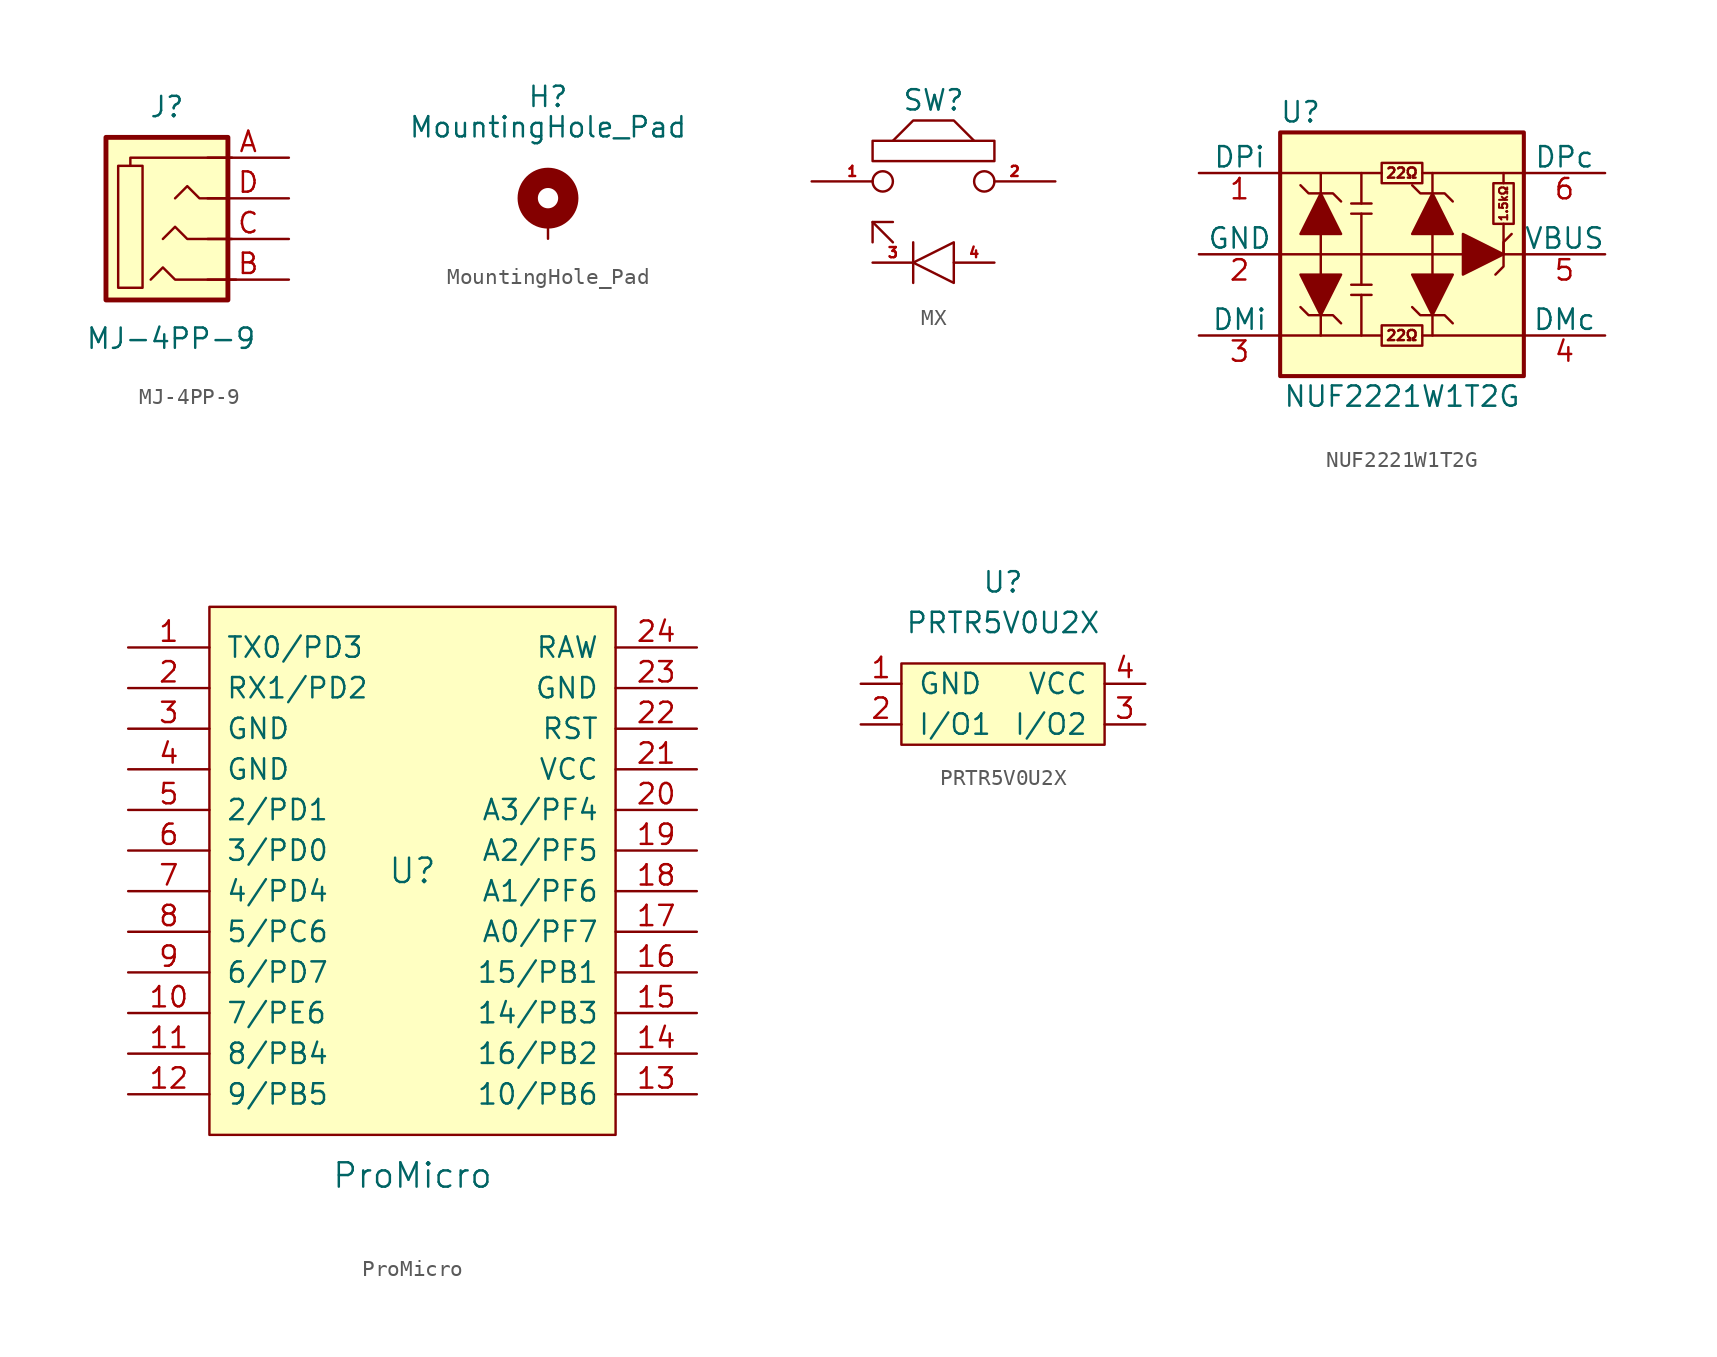
<source format=kicad_sym>
(kicad_symbol_lib
  (version 20220914)
  (generator kicad_symbol_editor)
  (symbol "MJ-4PP-9"
    (pin_names
      (offset 1.016))
    (property "Reference" "J"
      (at 0 6.985 0)
      (effects (font (size 1.27 1.27))))
    (property "Value" "MJ-4PP-9"
      (at 0.254 -7.493 0)
      (effects (font (size 1.27 1.27))))
    (symbol "MJ-4PP-9_0_1"
      (rectangle (start -1.524 3.302) (end -3.048 -4.318) (stroke (width 0) (type default)) (fill (type none)))
      (polyline (pts (xy 4.064 3.81) (xy -2.286 3.81) (xy -2.286 3.302)) (stroke (width 0) (type default)) (fill (type none)))
      (polyline (pts (xy 3.81 1.27) (xy 2.032 1.27) (xy 1.27 2.032) (xy 0.508 1.27)) (stroke (width 0) (type default)) (fill (type none)))
      (polyline (pts (xy 4.064 -1.27) (xy 1.27 -1.27) (xy 0.508 -0.508) (xy -0.254 -1.27)) (stroke (width 0) (type default)) (fill (type none)))
      (polyline (pts (xy 4.318 -3.81) (xy 0.508 -3.81) (xy -0.254 -3.048) (xy -1.016 -3.81)) (stroke (width 0) (type default)) (fill (type none)))
      (rectangle (start 3.81 5.08) (end -3.81 -5.08) (stroke (width 0.305) (type default)) (fill (type background))))
    (symbol "MJ-4PP-9_1_1"
      (pin input line (at 7.62 3.81 180) (length 5.08) (name "~" (effects (font (size 0.508 0.508)))) (number "A" (effects (font (size 1.27 1.27)))))
      (pin input line (at 7.62 -3.81 180) (length 5.08) (name "~" (effects (font (size 0.508 0.508)))) (number "B" (effects (font (size 1.27 1.27)))))
      (pin input line (at 7.62 -1.27 180) (length 5.08) (name "~" (effects (font (size 0.508 0.508)))) (number "C" (effects (font (size 1.27 1.27)))))
      (pin input line (at 7.62 1.27 180) (length 5.08) (name "~" (effects (font (size 0.508 0.508)))) (number "D" (effects (font (size 1.27 1.27)))))))
  (symbol "MountingHole_Pad"
    (pin_numbers hide)
    (pin_names
      (offset 1.016) hide)
    (property "Reference" "H"
      (at 0 6.35 0)
      (effects (font (size 1.27 1.27))))
    (property "Value" "MountingHole_Pad"
      (at 0 4.445 0)
      (effects (font (size 1.27 1.27))))
    (symbol "MountingHole_Pad_0_1"
      (circle (center 0 0) (radius 1.27) (stroke (width 1.27) (type default)) (fill (type none))))
    (symbol "MountingHole_Pad_1_1"
      (pin input line (at 0 -2.54 90) (length 1.27) (name "1" (effects (font (size 1.27 1.27)))) (number "1" (effects (font (size 1.27 1.27)))))))
  (symbol "MX"
    (pin_names
      (offset 1.016))
    (property "Reference" "SW"
      (at 0 5.08 0)
      (effects (font (size 1.27 1.27))))
    (symbol "MX_0_1"
      (polyline (pts (xy -2.54 -3.81) (xy -3.81 -2.54)) (stroke (width 0) (type default)) (fill (type none)))
      (polyline (pts (xy -1.27 -3.81) (xy -1.27 -6.35)) (stroke (width 0) (type default)) (fill (type none)))
      (polyline (pts (xy -2.54 -2.54) (xy -3.81 -2.54) (xy -3.81 -3.81)) (stroke (width 0) (type default)) (fill (type none)))
      (polyline (pts (xy -2.54 2.54) (xy -1.27 3.81) (xy 1.27 3.81) (xy 2.54 2.54)) (stroke (width 0) (type default)) (fill (type none)))
      (polyline (pts (xy 1.27 -6.35) (xy 1.27 -3.81) (xy -1.27 -5.08) (xy 1.27 -6.35)) (stroke (width 0) (type default)) (fill (type none)))
      (polyline (pts (xy -3.81 1.27) (xy 3.81 1.27) (xy 3.81 2.54) (xy -3.81 2.54) (xy -3.81 1.27)) (stroke (width 0) (type default)) (fill (type none))))
    (symbol "MX_1_1"
      (pin input inverted (at -7.62 0 0) (length 5.08) (name "~" (effects (font (size 1.27 1.27)))) (number "1" (effects (font (size 0.635 0.635)))))
      (pin input inverted (at 7.62 0 180) (length 5.08) (name "~" (effects (font (size 1.27 1.27)))) (number "2" (effects (font (size 0.635 0.635)))))
      (pin input line (at -3.81 -5.08 0) (length 2.54) (name "~" (effects (font (size 1.27 1.27)))) (number "3" (effects (font (size 0.635 0.635)))))
      (pin input line (at 3.81 -5.08 180) (length 2.54) (name "~" (effects (font (size 1.27 1.27)))) (number "4" (effects (font (size 0.635 0.635)))))))
  (symbol "NUF2221W1T2G"
    (pin_names
      (offset 0))
    (property "Reference" "U"
      (at -6.35 8.89 0)
      (effects (font (size 1.27 1.27))))
    (property "Value" "NUF2221W1T2G"
      (at 0 -8.89 0)
      (effects (font (size 1.27 1.27))))
    (symbol "NUF2221W1T2G_0_0"
      (polyline (pts (xy -5.08 -5.08) (xy -1.27 -5.08)) (stroke (width 0) (type default)) (fill (type none)))
      (polyline (pts (xy -5.08 0) (xy 1.905 0)) (stroke (width 0) (type default)) (fill (type none)))
      (polyline (pts (xy -5.08 5.08) (xy -1.27 5.08)) (stroke (width 0) (type default)) (fill (type none)))
      (polyline (pts (xy -3.175 -2.54) (xy -1.905 -2.54)) (stroke (width 0) (type default)) (fill (type none)))
      (polyline (pts (xy -3.175 2.54) (xy -1.905 2.54)) (stroke (width 0) (type default)) (fill (type none)))
      (polyline (pts (xy -2.54 -2.54) (xy -2.54 -5.08)) (stroke (width 0) (type default)) (fill (type none)))
      (polyline (pts (xy -2.54 -1.905) (xy -2.54 0)) (stroke (width 0) (type default)) (fill (type none)))
      (polyline (pts (xy -2.54 2.54) (xy -2.54 0)) (stroke (width 0) (type default)) (fill (type none)))
      (polyline (pts (xy -2.54 3.175) (xy -2.54 5.08)) (stroke (width 0) (type default)) (fill (type none)))
      (polyline (pts (xy -1.905 -1.905) (xy -3.175 -1.905)) (stroke (width 0) (type default)) (fill (type none)))
      (polyline (pts (xy -1.905 3.175) (xy -3.175 3.175)) (stroke (width 0) (type default)) (fill (type none)))
      (polyline (pts (xy 1.27 -5.08) (xy 7.62 -5.08)) (stroke (width 0) (type default)) (fill (type none)))
      (polyline (pts (xy 1.27 5.08) (xy 7.62 5.08)) (stroke (width 0) (type default)) (fill (type none)))
      (polyline (pts (xy 1.905 -3.81) (xy 1.905 -5.08)) (stroke (width 0) (type default)) (fill (type none)))
      (polyline (pts (xy 1.905 0) (xy 3.81 0)) (stroke (width 0) (type default)) (fill (type none)))
      (polyline (pts (xy 1.905 3.81) (xy 1.905 5.08)) (stroke (width 0) (type default)) (fill (type none)))
      (polyline (pts (xy 6.35 0) (xy 7.62 0)) (stroke (width 0) (type default)) (fill (type none)))
      (polyline (pts (xy 6.35 1.905) (xy 6.35 0)) (stroke (width 0) (type default)) (fill (type none)))
      (polyline (pts (xy 6.35 4.445) (xy 6.35 5.08)) (stroke (width 0) (type default)) (fill (type none)))
      (text "1.5kΩ" (at 6.35 3.175 900) (effects (font (size 0.508 0.508))))
      (text "22Ω" (at 0 -5.08 0) (effects (font (size 0.635 0.635))))
      (text "22Ω" (at 0 5.08 0) (effects (font (size 0.635 0.635)))))
    (symbol "NUF2221W1T2G_0_1"
      (rectangle (start -7.62 7.62) (end 7.62 -7.62) (stroke (width 0.254) (type default)) (fill (type background)))
      (rectangle (start -1.27 -4.445) (end 1.27 -5.715) (stroke (width 0) (type default)) (fill (type none)))
      (rectangle (start -1.27 5.715) (end 1.27 4.445) (stroke (width 0) (type default)) (fill (type none)))
      (polyline (pts (xy -5.08 -1.27) (xy -5.08 1.27)) (stroke (width 0) (type default)) (fill (type none)))
      (polyline (pts (xy -5.08 0) (xy -7.62 0)) (stroke (width 0) (type default)) (fill (type none)))
      (polyline (pts (xy 1.905 -1.27) (xy 1.905 1.27)) (stroke (width 0) (type default)) (fill (type none)))
      (polyline (pts (xy -7.62 -5.08) (xy -5.08 -5.08) (xy -5.08 -3.81)) (stroke (width 0) (type default)) (fill (type none)))
      (polyline (pts (xy -5.08 3.81) (xy -5.08 5.08) (xy -7.62 5.08)) (stroke (width 0) (type default)) (fill (type none)))
      (polyline (pts (xy -6.35 -3.302) (xy -5.842 -3.81) (xy -4.318 -3.81) (xy -3.81 -4.318)) (stroke (width 0) (type default)) (fill (type none)))
      (polyline (pts (xy -6.35 1.27) (xy -3.81 1.27) (xy -5.08 3.81) (xy -6.35 1.27)) (stroke (width 0) (type default)) (fill (type outline)))
      (polyline (pts (xy -3.81 -1.27) (xy -6.35 -1.27) (xy -5.08 -3.81) (xy -3.81 -1.27)) (stroke (width 0) (type default)) (fill (type outline)))
      (polyline (pts (xy -3.81 3.302) (xy -4.318 3.81) (xy -5.842 3.81) (xy -6.35 4.318)) (stroke (width 0) (type default)) (fill (type none)))
      (polyline (pts (xy 0.635 -3.302) (xy 1.143 -3.81) (xy 2.667 -3.81) (xy 3.175 -4.318)) (stroke (width 0) (type default)) (fill (type none)))
      (polyline (pts (xy 0.635 1.27) (xy 3.175 1.27) (xy 1.905 3.81) (xy 0.635 1.27)) (stroke (width 0) (type default)) (fill (type outline)))
      (polyline (pts (xy 3.175 -1.27) (xy 0.635 -1.27) (xy 1.905 -3.81) (xy 3.175 -1.27)) (stroke (width 0) (type default)) (fill (type outline)))
      (polyline (pts (xy 3.175 3.302) (xy 2.667 3.81) (xy 1.143 3.81) (xy 0.635 4.318)) (stroke (width 0) (type default)) (fill (type none)))
      (polyline (pts (xy 3.81 1.27) (xy 3.81 -1.27) (xy 6.35 0) (xy 3.81 1.27)) (stroke (width 0) (type default)) (fill (type outline)))
      (polyline (pts (xy 5.842 -1.27) (xy 6.35 -0.762) (xy 6.35 0.762) (xy 6.858 1.27)) (stroke (width 0) (type default)) (fill (type none)))
      (rectangle (start 5.715 1.905) (end 6.985 4.445) (stroke (width 0) (type default)) (fill (type none))))
    (symbol "NUF2221W1T2G_1_1"
      (pin passive line (at -12.7 5.08 0) (length 5.08) (name "DPi" (effects (font (size 1.27 1.27)))) (number "1" (effects (font (size 1.27 1.27)))))
      (pin power_in line (at -12.7 0 0) (length 5.08) (name "GND" (effects (font (size 1.27 1.27)))) (number "2" (effects (font (size 1.27 1.27)))))
      (pin passive line (at -12.7 -5.08 0) (length 5.08) (name "DMi" (effects (font (size 1.27 1.27)))) (number "3" (effects (font (size 1.27 1.27)))))
      (pin passive line (at 12.7 -5.08 180) (length 5.08) (name "DMc" (effects (font (size 1.27 1.27)))) (number "4" (effects (font (size 1.27 1.27)))))
      (pin passive line (at 12.7 0 180) (length 5.08) (name "VBUS" (effects (font (size 1.27 1.27)))) (number "5" (effects (font (size 1.27 1.27)))))
      (pin passive line (at 12.7 5.08 180) (length 5.08) (name "DPc" (effects (font (size 1.27 1.27)))) (number "6" (effects (font (size 1.27 1.27)))))))
  (symbol "ProMicro"
    (pin_names
      (offset 1.016))
    (property "Reference" "U"
      (at 0 0 0)
      (effects (font (size 1.524 1.524))))
    (property "Value" "ProMicro"
      (at 0 -19.05 0)
      (effects (font (size 1.524 1.524))))
    (symbol "ProMicro_0_1"
      (rectangle (start -12.7 -16.51) (end 12.7 16.51) (stroke (width 0) (type default)) (fill (type background))))
    (symbol "ProMicro_1_1"
      (pin input line (at -17.78 13.97 0) (length 5.08) (name "TX0/PD3" (effects (font (size 1.27 1.27)))) (number "1" (effects (font (size 1.27 1.27)))))
      (pin input line (at -17.78 -8.89 0) (length 5.08) (name "7/PE6" (effects (font (size 1.27 1.27)))) (number "10" (effects (font (size 1.27 1.27)))))
      (pin input line (at -17.78 -11.43 0) (length 5.08) (name "8/PB4" (effects (font (size 1.27 1.27)))) (number "11" (effects (font (size 1.27 1.27)))))
      (pin input line (at -17.78 -13.97 0) (length 5.08) (name "9/PB5" (effects (font (size 1.27 1.27)))) (number "12" (effects (font (size 1.27 1.27)))))
      (pin input line (at 17.78 -13.97 180) (length 5.08) (name "10/PB6" (effects (font (size 1.27 1.27)))) (number "13" (effects (font (size 1.27 1.27)))))
      (pin input line (at 17.78 -11.43 180) (length 5.08) (name "16/PB2" (effects (font (size 1.27 1.27)))) (number "14" (effects (font (size 1.27 1.27)))))
      (pin input line (at 17.78 -8.89 180) (length 5.08) (name "14/PB3" (effects (font (size 1.27 1.27)))) (number "15" (effects (font (size 1.27 1.27)))))
      (pin input line (at 17.78 -6.35 180) (length 5.08) (name "15/PB1" (effects (font (size 1.27 1.27)))) (number "16" (effects (font (size 1.27 1.27)))))
      (pin input line (at 17.78 -3.81 180) (length 5.08) (name "A0/PF7" (effects (font (size 1.27 1.27)))) (number "17" (effects (font (size 1.27 1.27)))))
      (pin input line (at 17.78 -1.27 180) (length 5.08) (name "A1/PF6" (effects (font (size 1.27 1.27)))) (number "18" (effects (font (size 1.27 1.27)))))
      (pin input line (at 17.78 1.27 180) (length 5.08) (name "A2/PF5" (effects (font (size 1.27 1.27)))) (number "19" (effects (font (size 1.27 1.27)))))
      (pin input line (at -17.78 11.43 0) (length 5.08) (name "RX1/PD2" (effects (font (size 1.27 1.27)))) (number "2" (effects (font (size 1.27 1.27)))))
      (pin input line (at 17.78 3.81 180) (length 5.08) (name "A3/PF4" (effects (font (size 1.27 1.27)))) (number "20" (effects (font (size 1.27 1.27)))))
      (pin input line (at 17.78 6.35 180) (length 5.08) (name "VCC" (effects (font (size 1.27 1.27)))) (number "21" (effects (font (size 1.27 1.27)))))
      (pin input line (at 17.78 8.89 180) (length 5.08) (name "RST" (effects (font (size 1.27 1.27)))) (number "22" (effects (font (size 1.27 1.27)))))
      (pin input line (at 17.78 11.43 180) (length 5.08) (name "GND" (effects (font (size 1.27 1.27)))) (number "23" (effects (font (size 1.27 1.27)))))
      (pin input line (at 17.78 13.97 180) (length 5.08) (name "RAW" (effects (font (size 1.27 1.27)))) (number "24" (effects (font (size 1.27 1.27)))))
      (pin input line (at -17.78 8.89 0) (length 5.08) (name "GND" (effects (font (size 1.27 1.27)))) (number "3" (effects (font (size 1.27 1.27)))))
      (pin input line (at -17.78 6.35 0) (length 5.08) (name "GND" (effects (font (size 1.27 1.27)))) (number "4" (effects (font (size 1.27 1.27)))))
      (pin input line (at -17.78 3.81 0) (length 5.08) (name "2/PD1" (effects (font (size 1.27 1.27)))) (number "5" (effects (font (size 1.27 1.27)))))
      (pin input line (at -17.78 1.27 0) (length 5.08) (name "3/PD0" (effects (font (size 1.27 1.27)))) (number "6" (effects (font (size 1.27 1.27)))))
      (pin input line (at -17.78 -1.27 0) (length 5.08) (name "4/PD4" (effects (font (size 1.27 1.27)))) (number "7" (effects (font (size 1.27 1.27)))))
      (pin input line (at -17.78 -3.81 0) (length 5.08) (name "5/PC6" (effects (font (size 1.27 1.27)))) (number "8" (effects (font (size 1.27 1.27)))))
      (pin input line (at -17.78 -6.35 0) (length 5.08) (name "6/PD7" (effects (font (size 1.27 1.27)))) (number "9" (effects (font (size 1.27 1.27)))))))
  (symbol "PRTR5V0U2X"
    (pin_names
      (offset 1.016))
    (property "Reference" "U"
      (at 0 7.62 0)
      (effects (font (size 1.27 1.27))))
    (property "Value" "PRTR5V0U2X"
      (at 0 5.08 0)
      (effects (font (size 1.27 1.27))))
    (symbol "PRTR5V0U2X_0_1"
      (rectangle (start -6.35 2.54) (end 6.35 -2.54) (stroke (width 0) (type default)) (fill (type background))))
    (symbol "PRTR5V0U2X_1_1"
      (pin input line (at -8.89 1.27 0) (length 2.54) (name "GND" (effects (font (size 1.27 1.27)))) (number "1" (effects (font (size 1.27 1.27)))))
      (pin input line (at -8.89 -1.27 0) (length 2.54) (name "I/O1" (effects (font (size 1.27 1.27)))) (number "2" (effects (font (size 1.27 1.27)))))
      (pin input line (at 8.89 -1.27 180) (length 2.54) (name "I/O2" (effects (font (size 1.27 1.27)))) (number "3" (effects (font (size 1.27 1.27)))))
      (pin input line (at 8.89 1.27 180) (length 2.54) (name "VCC" (effects (font (size 1.27 1.27)))) (number "4" (effects (font (size 1.27 1.27))))))))
</source>
